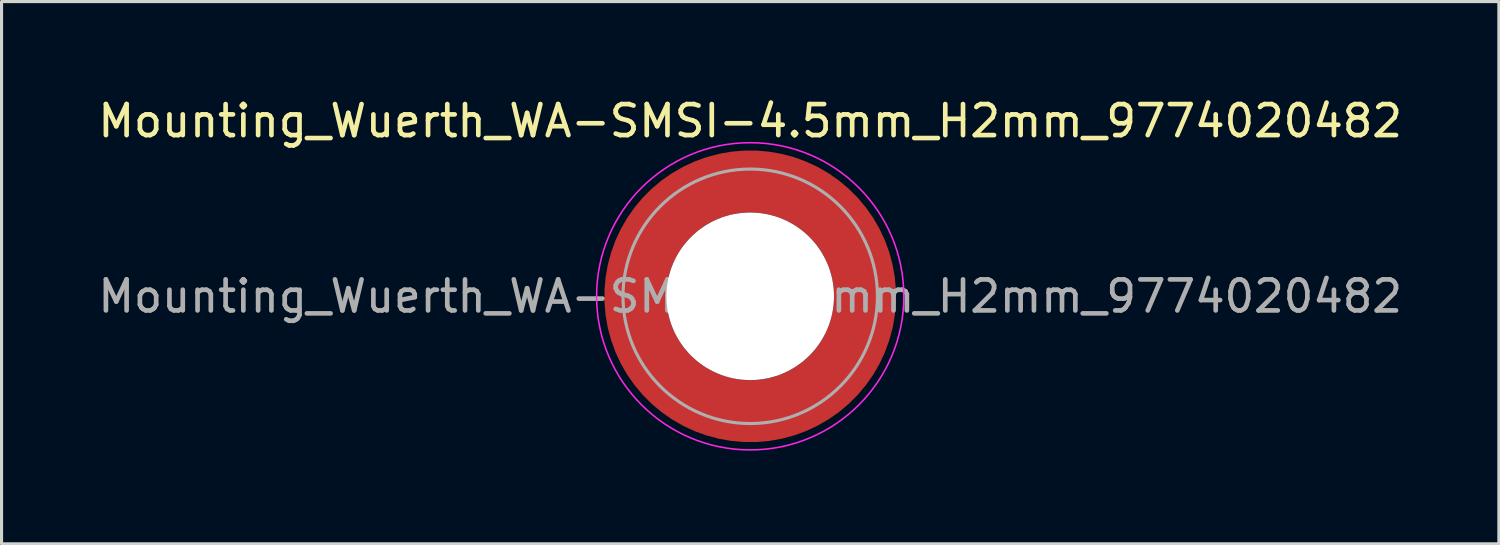
<source format=kicad_pcb>
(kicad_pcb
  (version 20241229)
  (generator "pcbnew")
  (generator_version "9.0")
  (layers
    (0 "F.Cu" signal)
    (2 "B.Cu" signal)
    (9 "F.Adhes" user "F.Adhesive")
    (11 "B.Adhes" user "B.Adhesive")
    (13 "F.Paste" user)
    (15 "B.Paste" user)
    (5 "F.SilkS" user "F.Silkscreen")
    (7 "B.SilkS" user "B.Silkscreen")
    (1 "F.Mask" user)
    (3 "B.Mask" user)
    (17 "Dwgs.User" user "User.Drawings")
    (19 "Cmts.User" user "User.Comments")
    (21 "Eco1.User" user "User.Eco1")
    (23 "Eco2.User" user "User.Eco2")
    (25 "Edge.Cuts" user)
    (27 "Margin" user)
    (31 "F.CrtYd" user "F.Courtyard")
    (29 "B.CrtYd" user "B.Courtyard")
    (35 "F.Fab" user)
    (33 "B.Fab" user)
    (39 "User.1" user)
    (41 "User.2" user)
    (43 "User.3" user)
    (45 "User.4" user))
  (footprint "Mounting_Wuerth_WA-SMSI-4.5mm_H2mm_9774020482"
    (layer "F.Cu")
    (at 21.125 6.498)
    (property "Reference" "Mounting_Wuerth_WA-SMSI-4.5mm_H2mm_9774020482" (at 0 -5.65 0) (layer "F.SilkS") (effects (font (size 1 1) (thickness 0.15))))
    (property "Mouser Part no." "" (at 0 0 0) (layer "F.Fab") (effects (font (size 1.27 1.27) (thickness 0.15))))
    (property "Mouser link" "" (at 0 0 0) (layer "F.Fab") (effects (font (size 1.27 1.27) (thickness 0.15))))
    (attr smd)
    (fp_circle (center 0 0) (end 4.95 0) (stroke (width 0.05) (type solid)) (fill no) (layer "F.CrtYd"))
    (fp_circle (center 0 0) (end 4.1 0) (stroke (width 0.1) (type solid)) (fill no) (layer "F.Fab"))
    (fp_text user "${REFERENCE}" (at 0 0 0) (layer "F.Fab") (effects (font (size 1 1) (thickness 0.15))))
    (pad "" smd custom (at -2.607 -2.607) (size 1.495 1.495) (layers "F.Paste") (options (anchor circle)) (primitives (gr_arc (start -0.188183 2.107456) (mid 0.598928 0.599619) (end 2.106494 -0.188011) (width 0.2)) (gr_arc (start -0.289416 2.107456) (mid 0.528508 0.529033) (end 2.106724 -0.28929) (width 0.2)) (gr_arc (start -0.390547 2.107456) (mid 0.457087 0.459449) (end 2.104161 -0.389996) (width 0.2)) (gr_arc (start -0.491585 2.107456) (mid 0.386415 0.389116) (end 2.103685 -0.490974) (width 0.2)) (gr_arc (start -0.59254 2.107456) (mid 0.31649 0.318035) (end 2.105297 -0.592202) (width 0.2)) (gr_arc (start -0.693419 2.107456) (mid 0.245252 0.248268) (end 2.103239 -0.692777) (width 0.2)) (gr_arc (start -0.794229 2.107456) (mid 0.174636 0.177878) (end 2.102921 -0.793559) (width 0.2)) (gr_arc (start -0.894975 2.107456) (mid 0.104643 0.106866) (end 2.104343 -0.894529) (width 0.2)) (gr_arc (start -0.995664 2.107456) (mid 0.033026 0.037479) (end 2.101219 -0.994793) (width 0.2)) (gr_arc (start -1.0963 2.107456) (mid -0.035789 -0.034714) (end 2.105949 -1.096096) (width 0.2)) (gr_arc (start -1.196886 2.107456) (mid -0.106351 -0.105157) (end 2.105783 -1.196666) (width 0.2)) (gr_arc (start -1.297427 2.107456) (mid -0.176416 -0.176097) (end 2.107009 -1.29737) (width 0.2)) (gr_arc (start -1.397927 2.107456) (mid -0.248476 -0.245042) (end 2.102638 -1.397323) (width 0.2)) (gr_arc (start -1.498388 2.107456) (mid -0.317612 -0.316913) (end 2.106475 -1.498268) (width 0.2)) (gr_arc (start -1.598813 2.107456) (mid -0.388865 -0.386665) (end 2.104366 -1.598444) (width 0.2)) (gr_arc (start -1.699204 2.107456) (mid -0.459747 -0.456787) (end 2.103299 -1.698719) (width 0.2)) (gr_arc (start -1.799565 2.107456) (mid -0.530257 -0.527283) (end 2.103277 -1.799089) (width 0.2)) (gr_arc (start -1.899896 2.107456) (mid -0.600396 -0.59815) (end 2.104299 -1.899545) (width 0.2)) (gr_arc (start -1.899896 2.107456) (mid -0.600396 -0.59815) (end 2.104299 -1.899545) (width 0.2)) (gr_line (start 2.107 -0.188) (end 2.107 -1.9) (width 0.2)) (gr_line (start -0.188 2.107) (end -1.9 2.107) (width 0.2))))
    (pad "" smd custom (at -2.607 2.607) (size 1.495 1.495) (layers "F.Paste") (options (anchor circle)) (primitives (gr_arc (start 2.107456 0.188183) (mid 0.599619 -0.598928) (end -0.188011 -2.106494) (width 0.2)) (gr_arc (start 2.107456 0.289416) (mid 0.529033 -0.528508) (end -0.28929 -2.106724) (width 0.2)) (gr_arc (start 2.107456 0.390547) (mid 0.459449 -0.457087) (end -0.389996 -2.104161) (width 0.2)) (gr_arc (start 2.107456 0.491585) (mid 0.389116 -0.386415) (end -0.490974 -2.103685) (width 0.2)) (gr_arc (start 2.107456 0.59254) (mid 0.318035 -0.31649) (end -0.592202 -2.105297) (width 0.2)) (gr_arc (start 2.107456 0.693419) (mid 0.248268 -0.245252) (end -0.692777 -2.103239) (width 0.2)) (gr_arc (start 2.107456 0.794229) (mid 0.177878 -0.174636) (end -0.793559 -2.102921) (width 0.2)) (gr_arc (start 2.107456 0.894975) (mid 0.106866 -0.104643) (end -0.894529 -2.104343) (width 0.2)) (gr_arc (start 2.107456 0.995664) (mid 0.037479 -0.033026) (end -0.994793 -2.101219) (width 0.2)) (gr_arc (start 2.107456 1.0963) (mid -0.034714 0.035789) (end -1.096096 -2.105949) (width 0.2)) (gr_arc (start 2.107456 1.196886) (mid -0.105157 0.106351) (end -1.196666 -2.105783) (width 0.2)) (gr_arc (start 2.107456 1.297427) (mid -0.176097 0.176416) (end -1.29737 -2.107009) (width 0.2)) (gr_arc (start 2.107456 1.397927) (mid -0.245042 0.248476) (end -1.397323 -2.102638) (width 0.2)) (gr_arc (start 2.107456 1.498388) (mid -0.316913 0.317612) (end -1.498268 -2.106475) (width 0.2)) (gr_arc (start 2.107456 1.598813) (mid -0.386665 0.388865) (end -1.598444 -2.104366) (width 0.2)) (gr_arc (start 2.107456 1.699204) (mid -0.456787 0.459747) (end -1.698719 -2.103299) (width 0.2)) (gr_arc (start 2.107456 1.799565) (mid -0.527283 0.530257) (end -1.799089 -2.103277) (width 0.2)) (gr_arc (start 2.107456 1.899896) (mid -0.59815 0.600396) (end -1.899545 -2.104299) (width 0.2)) (gr_arc (start 2.107456 1.899896) (mid -0.59815 0.600396) (end -1.899545 -2.104299) (width 0.2)) (gr_line (start -0.188 -2.107) (end -1.9 -2.107) (width 0.2)) (gr_line (start 2.107 0.188) (end 2.107 1.9) (width 0.2))))
    (pad "" np_thru_hole circle (at 0 0) (size 5.4 5.4) (drill 5.4) (layers "*.Cu" "*.Mask"))
    (pad "" smd custom (at 2.607 -2.607) (size 1.495 1.495) (layers "F.Paste") (options (anchor circle)) (primitives (gr_arc (start -2.107456 -0.188183) (mid -0.599619 0.598928) (end 0.188011 2.106494) (width 0.2)) (gr_arc (start -2.107456 -0.289416) (mid -0.529033 0.528508) (end 0.28929 2.106724) (width 0.2)) (gr_arc (start -2.107456 -0.390547) (mid -0.459449 0.457087) (end 0.389996 2.104161) (width 0.2)) (gr_arc (start -2.107456 -0.491585) (mid -0.389116 0.386415) (end 0.490974 2.103685) (width 0.2)) (gr_arc (start -2.107456 -0.59254) (mid -0.318035 0.31649) (end 0.592202 2.105297) (width 0.2)) (gr_arc (start -2.107456 -0.693419) (mid -0.248268 0.245252) (end 0.692777 2.103239) (width 0.2)) (gr_arc (start -2.107456 -0.794229) (mid -0.177878 0.174636) (end 0.793559 2.102921) (width 0.2)) (gr_arc (start -2.107456 -0.894975) (mid -0.106866 0.104643) (end 0.894529 2.104343) (width 0.2)) (gr_arc (start -2.107456 -0.995664) (mid -0.037479 0.033026) (end 0.994793 2.101219) (width 0.2)) (gr_arc (start -2.107456 -1.0963) (mid 0.034714 -0.035789) (end 1.096096 2.105949) (width 0.2)) (gr_arc (start -2.107456 -1.196886) (mid 0.105157 -0.106351) (end 1.196666 2.105783) (width 0.2)) (gr_arc (start -2.107456 -1.297427) (mid 0.176097 -0.176416) (end 1.29737 2.107009) (width 0.2)) (gr_arc (start -2.107456 -1.397927) (mid 0.245042 -0.248476) (end 1.397323 2.102638) (width 0.2)) (gr_arc (start -2.107456 -1.498388) (mid 0.316913 -0.317612) (end 1.498268 2.106475) (width 0.2)) (gr_arc (start -2.107456 -1.598813) (mid 0.386665 -0.388865) (end 1.598444 2.104366) (width 0.2)) (gr_arc (start -2.107456 -1.699204) (mid 0.456787 -0.459747) (end 1.698719 2.103299) (width 0.2)) (gr_arc (start -2.107456 -1.799565) (mid 0.527283 -0.530257) (end 1.799089 2.103277) (width 0.2)) (gr_arc (start -2.107456 -1.899896) (mid 0.59815 -0.600396) (end 1.899545 2.104299) (width 0.2)) (gr_arc (start -2.107456 -1.899896) (mid 0.59815 -0.600396) (end 1.899545 2.104299) (width 0.2)) (gr_line (start 0.188 2.107) (end 1.9 2.107) (width 0.2)) (gr_line (start -2.107 -0.188) (end -2.107 -1.9) (width 0.2))))
    (pad "" smd custom (at 2.607 2.607) (size 1.495 1.495) (layers "F.Paste") (options (anchor circle)) (primitives (gr_arc (start 0.188183 -2.107456) (mid -0.598928 -0.599619) (end -2.106494 0.188011) (width 0.2)) (gr_arc (start 0.289416 -2.107456) (mid -0.528508 -0.529033) (end -2.106724 0.28929) (width 0.2)) (gr_arc (start 0.390547 -2.107456) (mid -0.457087 -0.459449) (end -2.104161 0.389996) (width 0.2)) (gr_arc (start 0.491585 -2.107456) (mid -0.386415 -0.389116) (end -2.103685 0.490974) (width 0.2)) (gr_arc (start 0.59254 -2.107456) (mid -0.31649 -0.318035) (end -2.105297 0.592202) (width 0.2)) (gr_arc (start 0.693419 -2.107456) (mid -0.245252 -0.248268) (end -2.103239 0.692777) (width 0.2)) (gr_arc (start 0.794229 -2.107456) (mid -0.174636 -0.177878) (end -2.102921 0.793559) (width 0.2)) (gr_arc (start 0.894975 -2.107456) (mid -0.104643 -0.106866) (end -2.104343 0.894529) (width 0.2)) (gr_arc (start 0.995664 -2.107456) (mid -0.033026 -0.037479) (end -2.101219 0.994793) (width 0.2)) (gr_arc (start 1.0963 -2.107456) (mid 0.035789 0.034714) (end -2.105949 1.096096) (width 0.2)) (gr_arc (start 1.196886 -2.107456) (mid 0.106351 0.105157) (end -2.105783 1.196666) (width 0.2)) (gr_arc (start 1.297427 -2.107456) (mid 0.176416 0.176097) (end -2.107009 1.29737) (width 0.2)) (gr_arc (start 1.397927 -2.107456) (mid 0.248476 0.245042) (end -2.102638 1.397323) (width 0.2)) (gr_arc (start 1.498388 -2.107456) (mid 0.317612 0.316913) (end -2.106475 1.498268) (width 0.2)) (gr_arc (start 1.598813 -2.107456) (mid 0.388865 0.386665) (end -2.104366 1.598444) (width 0.2)) (gr_arc (start 1.699204 -2.107456) (mid 0.459747 0.456787) (end -2.103299 1.698719) (width 0.2)) (gr_arc (start 1.799565 -2.107456) (mid 0.530257 0.527283) (end -2.103277 1.799089) (width 0.2)) (gr_arc (start 1.899896 -2.107456) (mid 0.600396 0.59815) (end -2.104299 1.899545) (width 0.2)) (gr_arc (start 1.899896 -2.107456) (mid 0.600396 0.59815) (end -2.104299 1.899545) (width 0.2)) (gr_line (start -2.107 0.188) (end -2.107 1.9) (width 0.2)) (gr_line (start 0.188 -2.107) (end 1.9 -2.107) (width 0.2))))
    (pad "1" smd circle (at -3.7 0) (size 1.6 1.6) (layers "F.Cu"))
    (pad "1" smd circle (at 0 -3.7) (size 1.6 1.6) (layers "F.Cu"))
    (pad "1" smd circle (at 0 3.7) (size 1.6 1.6) (layers "F.Cu"))
    (pad "1" smd custom (at 3.7 0) (size 1.6 1.6) (layers "F.Cu" "F.Mask") (options (anchor circle)) (primitives (gr_circle (center -3.7 0) (end 0 0) (width 2) (fill no)))))
  (gr_rect
    (start -3 -3)
    (end 45.25 14.473)
    (stroke (width 0.1) (type default))
    (fill no)
    (layer "Edge.Cuts")))
</source>
